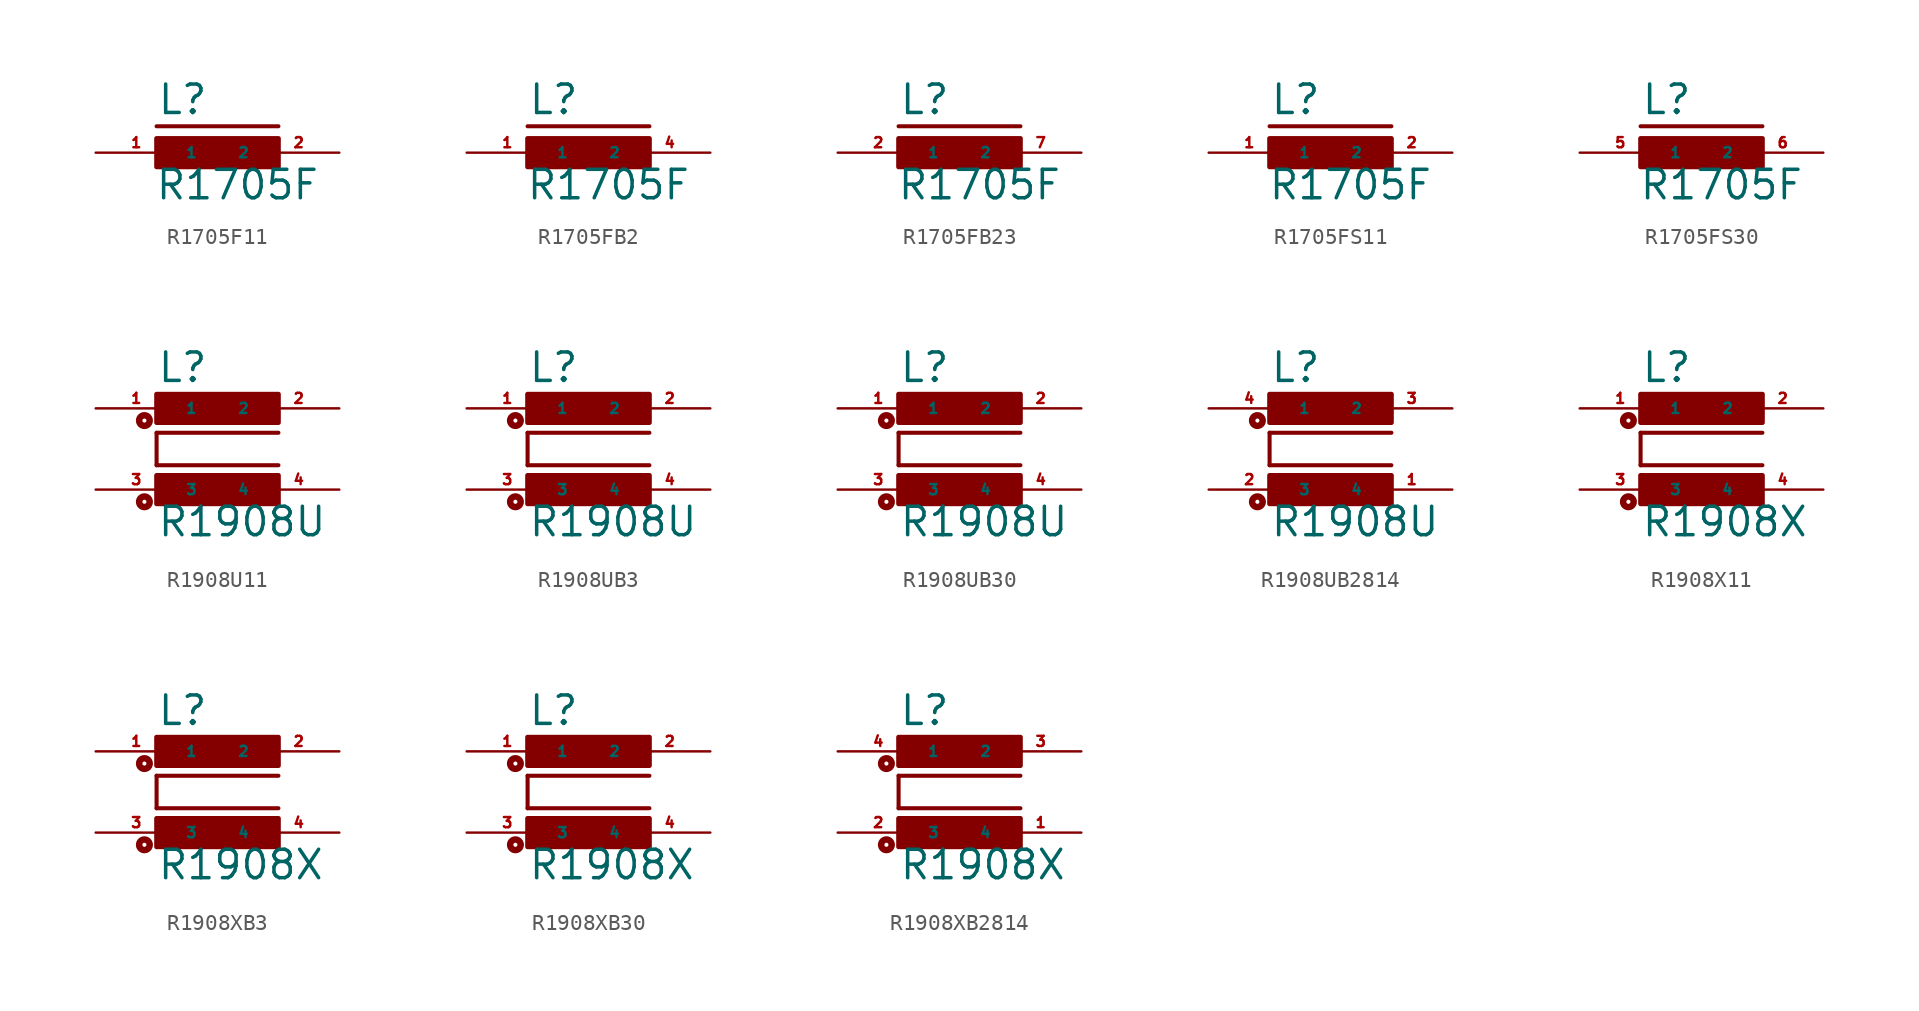
<source format=kicad_sym>
(kicad_symbol_lib
  (version 20220914)
  (generator Eagle2Kicad)
  (symbol "R1705F11"
    (property "Reference" "L"
      (at -3.81 2.286 0)
      (effects (font (size 1.778 1.778) (thickness 0.22)) (justify left bottom)))
    (property "Value" "R1705F"
      (at -3.937 -3.048 0)
      (effects (font (size 1.778 1.778) (thickness 0.22)) (justify left bottom)))
    (polyline
      (pts (xy -3.81 1.651) (xy 3.81 1.651))
      (stroke (width 0.254) (type default))
      (fill (type none)))
    (rectangle
      (start -3.81 -0.889)
      (end 3.81 0.889)
      (stroke (width 0.3) (type default))
      (fill (type outline)))
    (pin passive line
      (at 7.62 0 180)
      (length 5.08)
      (name "2" (effects (font (size 0.635 0.635) (thickness 0.08)) (justify left bottom)))
      (number "2" (effects (font (size 0.635 0.635) (thickness 0.08)) (justify left bottom))))
    (pin passive line
      (at -7.62 0 0)
      (length 5.08)
      (name "1" (effects (font (size 0.635 0.635) (thickness 0.08)) (justify left bottom)))
      (number "1" (effects (font (size 0.635 0.635) (thickness 0.08)) (justify left bottom)))))
  (symbol "R1705FB2"
    (property "Reference" "L"
      (at -3.81 2.286 0)
      (effects (font (size 1.778 1.778) (thickness 0.22)) (justify left bottom)))
    (property "Value" "R1705F"
      (at -3.937 -3.048 0)
      (effects (font (size 1.778 1.778) (thickness 0.22)) (justify left bottom)))
    (polyline
      (pts (xy -3.81 1.651) (xy 3.81 1.651))
      (stroke (width 0.254) (type default))
      (fill (type none)))
    (rectangle
      (start -3.81 -0.889)
      (end 3.81 0.889)
      (stroke (width 0.3) (type default))
      (fill (type outline)))
    (pin passive line
      (at 7.62 0 180)
      (length 5.08)
      (name "2" (effects (font (size 0.635 0.635) (thickness 0.08)) (justify left bottom)))
      (number "4" (effects (font (size 0.635 0.635) (thickness 0.08)) (justify left bottom))))
    (pin passive line
      (at -7.62 0 0)
      (length 5.08)
      (name "1" (effects (font (size 0.635 0.635) (thickness 0.08)) (justify left bottom)))
      (number "1" (effects (font (size 0.635 0.635) (thickness 0.08)) (justify left bottom)))))
  (symbol "R1705FB23"
    (property "Reference" "L"
      (at -3.81 2.286 0)
      (effects (font (size 1.778 1.778) (thickness 0.22)) (justify left bottom)))
    (property "Value" "R1705F"
      (at -3.937 -3.048 0)
      (effects (font (size 1.778 1.778) (thickness 0.22)) (justify left bottom)))
    (polyline
      (pts (xy -3.81 1.651) (xy 3.81 1.651))
      (stroke (width 0.254) (type default))
      (fill (type none)))
    (rectangle
      (start -3.81 -0.889)
      (end 3.81 0.889)
      (stroke (width 0.3) (type default))
      (fill (type outline)))
    (pin passive line
      (at 7.62 0 180)
      (length 5.08)
      (name "2" (effects (font (size 0.635 0.635) (thickness 0.08)) (justify left bottom)))
      (number "7" (effects (font (size 0.635 0.635) (thickness 0.08)) (justify left bottom))))
    (pin passive line
      (at -7.62 0 0)
      (length 5.08)
      (name "1" (effects (font (size 0.635 0.635) (thickness 0.08)) (justify left bottom)))
      (number "2" (effects (font (size 0.635 0.635) (thickness 0.08)) (justify left bottom)))))
  (symbol "R1705FS11"
    (property "Reference" "L"
      (at -3.81 2.286 0)
      (effects (font (size 1.778 1.778) (thickness 0.22)) (justify left bottom)))
    (property "Value" "R1705F"
      (at -3.937 -3.048 0)
      (effects (font (size 1.778 1.778) (thickness 0.22)) (justify left bottom)))
    (polyline
      (pts (xy -3.81 1.651) (xy 3.81 1.651))
      (stroke (width 0.254) (type default))
      (fill (type none)))
    (rectangle
      (start -3.81 -0.889)
      (end 3.81 0.889)
      (stroke (width 0.3) (type default))
      (fill (type outline)))
    (pin passive line
      (at 7.62 0 180)
      (length 5.08)
      (name "2" (effects (font (size 0.635 0.635) (thickness 0.08)) (justify left bottom)))
      (number "2" (effects (font (size 0.635 0.635) (thickness 0.08)) (justify left bottom))))
    (pin passive line
      (at -7.62 0 0)
      (length 5.08)
      (name "1" (effects (font (size 0.635 0.635) (thickness 0.08)) (justify left bottom)))
      (number "1" (effects (font (size 0.635 0.635) (thickness 0.08)) (justify left bottom)))))
  (symbol "R1705FS30"
    (property "Reference" "L"
      (at -3.81 2.286 0)
      (effects (font (size 1.778 1.778) (thickness 0.22)) (justify left bottom)))
    (property "Value" "R1705F"
      (at -3.937 -3.048 0)
      (effects (font (size 1.778 1.778) (thickness 0.22)) (justify left bottom)))
    (polyline
      (pts (xy -3.81 1.651) (xy 3.81 1.651))
      (stroke (width 0.254) (type default))
      (fill (type none)))
    (rectangle
      (start -3.81 -0.889)
      (end 3.81 0.889)
      (stroke (width 0.3) (type default))
      (fill (type outline)))
    (pin passive line
      (at 7.62 0 180)
      (length 5.08)
      (name "2" (effects (font (size 0.635 0.635) (thickness 0.08)) (justify left bottom)))
      (number "6" (effects (font (size 0.635 0.635) (thickness 0.08)) (justify left bottom))))
    (pin passive line
      (at -7.62 0 0)
      (length 5.08)
      (name "1" (effects (font (size 0.635 0.635) (thickness 0.08)) (justify left bottom)))
      (number "5" (effects (font (size 0.635 0.635) (thickness 0.08)) (justify left bottom)))))
  (symbol "R1908U11"
    (property "Reference" "L"
      (at -3.81 4.064 0)
      (effects (font (size 1.778 1.778) (thickness 0.22)) (justify left bottom)))
    (property "Value" "R1908U"
      (at -3.81 -5.588 0)
      (effects (font (size 1.778 1.778) (thickness 0.22)) (justify left bottom)))
    (polyline
      (pts (xy 3.81 1.016) (xy -3.81 1.016))
      (stroke (width 0.254) (type default))
      (fill (type none)))
    (polyline
      (pts (xy -3.81 -1.016) (xy -3.81 1.016))
      (stroke (width 0.254) (type default))
      (fill (type none)))
    (polyline
      (pts (xy -3.81 -1.016) (xy 3.81 -1.016))
      (stroke (width 0.254) (type default))
      (fill (type none)))
    (circle
      (center -4.572 -3.302)
      (radius 0.127)
      (stroke (width 0.406) (type default))
      (fill (type none)))
    (circle
      (center -4.572 1.778)
      (radius 0.127)
      (stroke (width 0.406) (type default))
      (fill (type none)))
    (rectangle
      (start -3.81 1.651)
      (end 3.81 3.429)
      (stroke (width 0.3) (type default))
      (fill (type outline)))
    (rectangle
      (start -3.81 -3.429)
      (end 3.81 -1.651)
      (stroke (width 0.3) (type default))
      (fill (type outline)))
    (pin passive line
      (at 7.62 2.54 180)
      (length 5.08)
      (name "2" (effects (font (size 0.635 0.635) (thickness 0.08)) (justify left bottom)))
      (number "2" (effects (font (size 0.635 0.635) (thickness 0.08)) (justify left bottom))))
    (pin passive line
      (at -7.62 2.54 0)
      (length 5.08)
      (name "1" (effects (font (size 0.635 0.635) (thickness 0.08)) (justify left bottom)))
      (number "1" (effects (font (size 0.635 0.635) (thickness 0.08)) (justify left bottom))))
    (pin passive line
      (at -7.62 -2.54 0)
      (length 5.08)
      (name "3" (effects (font (size 0.635 0.635) (thickness 0.08)) (justify left bottom)))
      (number "3" (effects (font (size 0.635 0.635) (thickness 0.08)) (justify left bottom))))
    (pin passive line
      (at 7.62 -2.54 180)
      (length 5.08)
      (name "4" (effects (font (size 0.635 0.635) (thickness 0.08)) (justify left bottom)))
      (number "4" (effects (font (size 0.635 0.635) (thickness 0.08)) (justify left bottom)))))
  (symbol "R1908UB3"
    (property "Reference" "L"
      (at -3.81 4.064 0)
      (effects (font (size 1.778 1.778) (thickness 0.22)) (justify left bottom)))
    (property "Value" "R1908U"
      (at -3.81 -5.588 0)
      (effects (font (size 1.778 1.778) (thickness 0.22)) (justify left bottom)))
    (polyline
      (pts (xy 3.81 1.016) (xy -3.81 1.016))
      (stroke (width 0.254) (type default))
      (fill (type none)))
    (polyline
      (pts (xy -3.81 -1.016) (xy -3.81 1.016))
      (stroke (width 0.254) (type default))
      (fill (type none)))
    (polyline
      (pts (xy -3.81 -1.016) (xy 3.81 -1.016))
      (stroke (width 0.254) (type default))
      (fill (type none)))
    (circle
      (center -4.572 -3.302)
      (radius 0.127)
      (stroke (width 0.406) (type default))
      (fill (type none)))
    (circle
      (center -4.572 1.778)
      (radius 0.127)
      (stroke (width 0.406) (type default))
      (fill (type none)))
    (rectangle
      (start -3.81 1.651)
      (end 3.81 3.429)
      (stroke (width 0.3) (type default))
      (fill (type outline)))
    (rectangle
      (start -3.81 -3.429)
      (end 3.81 -1.651)
      (stroke (width 0.3) (type default))
      (fill (type outline)))
    (pin passive line
      (at 7.62 2.54 180)
      (length 5.08)
      (name "2" (effects (font (size 0.635 0.635) (thickness 0.08)) (justify left bottom)))
      (number "2" (effects (font (size 0.635 0.635) (thickness 0.08)) (justify left bottom))))
    (pin passive line
      (at -7.62 2.54 0)
      (length 5.08)
      (name "1" (effects (font (size 0.635 0.635) (thickness 0.08)) (justify left bottom)))
      (number "1" (effects (font (size 0.635 0.635) (thickness 0.08)) (justify left bottom))))
    (pin passive line
      (at -7.62 -2.54 0)
      (length 5.08)
      (name "3" (effects (font (size 0.635 0.635) (thickness 0.08)) (justify left bottom)))
      (number "3" (effects (font (size 0.635 0.635) (thickness 0.08)) (justify left bottom))))
    (pin passive line
      (at 7.62 -2.54 180)
      (length 5.08)
      (name "4" (effects (font (size 0.635 0.635) (thickness 0.08)) (justify left bottom)))
      (number "4" (effects (font (size 0.635 0.635) (thickness 0.08)) (justify left bottom)))))
  (symbol "R1908UB30"
    (property "Reference" "L"
      (at -3.81 4.064 0)
      (effects (font (size 1.778 1.778) (thickness 0.22)) (justify left bottom)))
    (property "Value" "R1908U"
      (at -3.81 -5.588 0)
      (effects (font (size 1.778 1.778) (thickness 0.22)) (justify left bottom)))
    (polyline
      (pts (xy 3.81 1.016) (xy -3.81 1.016))
      (stroke (width 0.254) (type default))
      (fill (type none)))
    (polyline
      (pts (xy -3.81 -1.016) (xy -3.81 1.016))
      (stroke (width 0.254) (type default))
      (fill (type none)))
    (polyline
      (pts (xy -3.81 -1.016) (xy 3.81 -1.016))
      (stroke (width 0.254) (type default))
      (fill (type none)))
    (circle
      (center -4.572 -3.302)
      (radius 0.127)
      (stroke (width 0.406) (type default))
      (fill (type none)))
    (circle
      (center -4.572 1.778)
      (radius 0.127)
      (stroke (width 0.406) (type default))
      (fill (type none)))
    (rectangle
      (start -3.81 1.651)
      (end 3.81 3.429)
      (stroke (width 0.3) (type default))
      (fill (type outline)))
    (rectangle
      (start -3.81 -3.429)
      (end 3.81 -1.651)
      (stroke (width 0.3) (type default))
      (fill (type outline)))
    (pin passive line
      (at 7.62 2.54 180)
      (length 5.08)
      (name "2" (effects (font (size 0.635 0.635) (thickness 0.08)) (justify left bottom)))
      (number "2" (effects (font (size 0.635 0.635) (thickness 0.08)) (justify left bottom))))
    (pin passive line
      (at -7.62 2.54 0)
      (length 5.08)
      (name "1" (effects (font (size 0.635 0.635) (thickness 0.08)) (justify left bottom)))
      (number "1" (effects (font (size 0.635 0.635) (thickness 0.08)) (justify left bottom))))
    (pin passive line
      (at -7.62 -2.54 0)
      (length 5.08)
      (name "3" (effects (font (size 0.635 0.635) (thickness 0.08)) (justify left bottom)))
      (number "3" (effects (font (size 0.635 0.635) (thickness 0.08)) (justify left bottom))))
    (pin passive line
      (at 7.62 -2.54 180)
      (length 5.08)
      (name "4" (effects (font (size 0.635 0.635) (thickness 0.08)) (justify left bottom)))
      (number "4" (effects (font (size 0.635 0.635) (thickness 0.08)) (justify left bottom)))))
  (symbol "R1908UB2814"
    (property "Reference" "L"
      (at -3.81 4.064 0)
      (effects (font (size 1.778 1.778) (thickness 0.22)) (justify left bottom)))
    (property "Value" "R1908U"
      (at -3.81 -5.588 0)
      (effects (font (size 1.778 1.778) (thickness 0.22)) (justify left bottom)))
    (polyline
      (pts (xy 3.81 1.016) (xy -3.81 1.016))
      (stroke (width 0.254) (type default))
      (fill (type none)))
    (polyline
      (pts (xy -3.81 -1.016) (xy -3.81 1.016))
      (stroke (width 0.254) (type default))
      (fill (type none)))
    (polyline
      (pts (xy -3.81 -1.016) (xy 3.81 -1.016))
      (stroke (width 0.254) (type default))
      (fill (type none)))
    (circle
      (center -4.572 -3.302)
      (radius 0.127)
      (stroke (width 0.406) (type default))
      (fill (type none)))
    (circle
      (center -4.572 1.778)
      (radius 0.127)
      (stroke (width 0.406) (type default))
      (fill (type none)))
    (rectangle
      (start -3.81 1.651)
      (end 3.81 3.429)
      (stroke (width 0.3) (type default))
      (fill (type outline)))
    (rectangle
      (start -3.81 -3.429)
      (end 3.81 -1.651)
      (stroke (width 0.3) (type default))
      (fill (type outline)))
    (pin passive line
      (at 7.62 2.54 180)
      (length 5.08)
      (name "2" (effects (font (size 0.635 0.635) (thickness 0.08)) (justify left bottom)))
      (number "3" (effects (font (size 0.635 0.635) (thickness 0.08)) (justify left bottom))))
    (pin passive line
      (at -7.62 2.54 0)
      (length 5.08)
      (name "1" (effects (font (size 0.635 0.635) (thickness 0.08)) (justify left bottom)))
      (number "4" (effects (font (size 0.635 0.635) (thickness 0.08)) (justify left bottom))))
    (pin passive line
      (at -7.62 -2.54 0)
      (length 5.08)
      (name "3" (effects (font (size 0.635 0.635) (thickness 0.08)) (justify left bottom)))
      (number "2" (effects (font (size 0.635 0.635) (thickness 0.08)) (justify left bottom))))
    (pin passive line
      (at 7.62 -2.54 180)
      (length 5.08)
      (name "4" (effects (font (size 0.635 0.635) (thickness 0.08)) (justify left bottom)))
      (number "1" (effects (font (size 0.635 0.635) (thickness 0.08)) (justify left bottom)))))
  (symbol "R1908X11"
    (property "Reference" "L"
      (at -3.81 4.064 0)
      (effects (font (size 1.778 1.778) (thickness 0.22)) (justify left bottom)))
    (property "Value" "R1908X"
      (at -3.81 -5.588 0)
      (effects (font (size 1.778 1.778) (thickness 0.22)) (justify left bottom)))
    (polyline
      (pts (xy 3.81 1.016) (xy -3.81 1.016))
      (stroke (width 0.254) (type default))
      (fill (type none)))
    (polyline
      (pts (xy -3.81 -1.016) (xy -3.81 1.016))
      (stroke (width 0.254) (type default))
      (fill (type none)))
    (polyline
      (pts (xy -3.81 -1.016) (xy 3.81 -1.016))
      (stroke (width 0.254) (type default))
      (fill (type none)))
    (circle
      (center -4.572 -3.302)
      (radius 0.127)
      (stroke (width 0.406) (type default))
      (fill (type none)))
    (circle
      (center -4.572 1.778)
      (radius 0.127)
      (stroke (width 0.406) (type default))
      (fill (type none)))
    (rectangle
      (start -3.81 1.651)
      (end 3.81 3.429)
      (stroke (width 0.3) (type default))
      (fill (type outline)))
    (rectangle
      (start -3.81 -3.429)
      (end 3.81 -1.651)
      (stroke (width 0.3) (type default))
      (fill (type outline)))
    (pin passive line
      (at 7.62 2.54 180)
      (length 5.08)
      (name "2" (effects (font (size 0.635 0.635) (thickness 0.08)) (justify left bottom)))
      (number "2" (effects (font (size 0.635 0.635) (thickness 0.08)) (justify left bottom))))
    (pin passive line
      (at -7.62 2.54 0)
      (length 5.08)
      (name "1" (effects (font (size 0.635 0.635) (thickness 0.08)) (justify left bottom)))
      (number "1" (effects (font (size 0.635 0.635) (thickness 0.08)) (justify left bottom))))
    (pin passive line
      (at -7.62 -2.54 0)
      (length 5.08)
      (name "3" (effects (font (size 0.635 0.635) (thickness 0.08)) (justify left bottom)))
      (number "3" (effects (font (size 0.635 0.635) (thickness 0.08)) (justify left bottom))))
    (pin passive line
      (at 7.62 -2.54 180)
      (length 5.08)
      (name "4" (effects (font (size 0.635 0.635) (thickness 0.08)) (justify left bottom)))
      (number "4" (effects (font (size 0.635 0.635) (thickness 0.08)) (justify left bottom)))))
  (symbol "R1908XB3"
    (property "Reference" "L"
      (at -3.81 4.064 0)
      (effects (font (size 1.778 1.778) (thickness 0.22)) (justify left bottom)))
    (property "Value" "R1908X"
      (at -3.81 -5.588 0)
      (effects (font (size 1.778 1.778) (thickness 0.22)) (justify left bottom)))
    (polyline
      (pts (xy 3.81 1.016) (xy -3.81 1.016))
      (stroke (width 0.254) (type default))
      (fill (type none)))
    (polyline
      (pts (xy -3.81 -1.016) (xy -3.81 1.016))
      (stroke (width 0.254) (type default))
      (fill (type none)))
    (polyline
      (pts (xy -3.81 -1.016) (xy 3.81 -1.016))
      (stroke (width 0.254) (type default))
      (fill (type none)))
    (circle
      (center -4.572 -3.302)
      (radius 0.127)
      (stroke (width 0.406) (type default))
      (fill (type none)))
    (circle
      (center -4.572 1.778)
      (radius 0.127)
      (stroke (width 0.406) (type default))
      (fill (type none)))
    (rectangle
      (start -3.81 1.651)
      (end 3.81 3.429)
      (stroke (width 0.3) (type default))
      (fill (type outline)))
    (rectangle
      (start -3.81 -3.429)
      (end 3.81 -1.651)
      (stroke (width 0.3) (type default))
      (fill (type outline)))
    (pin passive line
      (at 7.62 2.54 180)
      (length 5.08)
      (name "2" (effects (font (size 0.635 0.635) (thickness 0.08)) (justify left bottom)))
      (number "2" (effects (font (size 0.635 0.635) (thickness 0.08)) (justify left bottom))))
    (pin passive line
      (at -7.62 2.54 0)
      (length 5.08)
      (name "1" (effects (font (size 0.635 0.635) (thickness 0.08)) (justify left bottom)))
      (number "1" (effects (font (size 0.635 0.635) (thickness 0.08)) (justify left bottom))))
    (pin passive line
      (at -7.62 -2.54 0)
      (length 5.08)
      (name "3" (effects (font (size 0.635 0.635) (thickness 0.08)) (justify left bottom)))
      (number "3" (effects (font (size 0.635 0.635) (thickness 0.08)) (justify left bottom))))
    (pin passive line
      (at 7.62 -2.54 180)
      (length 5.08)
      (name "4" (effects (font (size 0.635 0.635) (thickness 0.08)) (justify left bottom)))
      (number "4" (effects (font (size 0.635 0.635) (thickness 0.08)) (justify left bottom)))))
  (symbol "R1908XB30"
    (property "Reference" "L"
      (at -3.81 4.064 0)
      (effects (font (size 1.778 1.778) (thickness 0.22)) (justify left bottom)))
    (property "Value" "R1908X"
      (at -3.81 -5.588 0)
      (effects (font (size 1.778 1.778) (thickness 0.22)) (justify left bottom)))
    (polyline
      (pts (xy 3.81 1.016) (xy -3.81 1.016))
      (stroke (width 0.254) (type default))
      (fill (type none)))
    (polyline
      (pts (xy -3.81 -1.016) (xy -3.81 1.016))
      (stroke (width 0.254) (type default))
      (fill (type none)))
    (polyline
      (pts (xy -3.81 -1.016) (xy 3.81 -1.016))
      (stroke (width 0.254) (type default))
      (fill (type none)))
    (circle
      (center -4.572 -3.302)
      (radius 0.127)
      (stroke (width 0.406) (type default))
      (fill (type none)))
    (circle
      (center -4.572 1.778)
      (radius 0.127)
      (stroke (width 0.406) (type default))
      (fill (type none)))
    (rectangle
      (start -3.81 1.651)
      (end 3.81 3.429)
      (stroke (width 0.3) (type default))
      (fill (type outline)))
    (rectangle
      (start -3.81 -3.429)
      (end 3.81 -1.651)
      (stroke (width 0.3) (type default))
      (fill (type outline)))
    (pin passive line
      (at 7.62 2.54 180)
      (length 5.08)
      (name "2" (effects (font (size 0.635 0.635) (thickness 0.08)) (justify left bottom)))
      (number "2" (effects (font (size 0.635 0.635) (thickness 0.08)) (justify left bottom))))
    (pin passive line
      (at -7.62 2.54 0)
      (length 5.08)
      (name "1" (effects (font (size 0.635 0.635) (thickness 0.08)) (justify left bottom)))
      (number "1" (effects (font (size 0.635 0.635) (thickness 0.08)) (justify left bottom))))
    (pin passive line
      (at -7.62 -2.54 0)
      (length 5.08)
      (name "3" (effects (font (size 0.635 0.635) (thickness 0.08)) (justify left bottom)))
      (number "3" (effects (font (size 0.635 0.635) (thickness 0.08)) (justify left bottom))))
    (pin passive line
      (at 7.62 -2.54 180)
      (length 5.08)
      (name "4" (effects (font (size 0.635 0.635) (thickness 0.08)) (justify left bottom)))
      (number "4" (effects (font (size 0.635 0.635) (thickness 0.08)) (justify left bottom)))))
  (symbol "R1908XB2814"
    (property "Reference" "L"
      (at -3.81 4.064 0)
      (effects (font (size 1.778 1.778) (thickness 0.22)) (justify left bottom)))
    (property "Value" "R1908X"
      (at -3.81 -5.588 0)
      (effects (font (size 1.778 1.778) (thickness 0.22)) (justify left bottom)))
    (polyline
      (pts (xy 3.81 1.016) (xy -3.81 1.016))
      (stroke (width 0.254) (type default))
      (fill (type none)))
    (polyline
      (pts (xy -3.81 -1.016) (xy -3.81 1.016))
      (stroke (width 0.254) (type default))
      (fill (type none)))
    (polyline
      (pts (xy -3.81 -1.016) (xy 3.81 -1.016))
      (stroke (width 0.254) (type default))
      (fill (type none)))
    (circle
      (center -4.572 -3.302)
      (radius 0.127)
      (stroke (width 0.406) (type default))
      (fill (type none)))
    (circle
      (center -4.572 1.778)
      (radius 0.127)
      (stroke (width 0.406) (type default))
      (fill (type none)))
    (rectangle
      (start -3.81 1.651)
      (end 3.81 3.429)
      (stroke (width 0.3) (type default))
      (fill (type outline)))
    (rectangle
      (start -3.81 -3.429)
      (end 3.81 -1.651)
      (stroke (width 0.3) (type default))
      (fill (type outline)))
    (pin passive line
      (at 7.62 2.54 180)
      (length 5.08)
      (name "2" (effects (font (size 0.635 0.635) (thickness 0.08)) (justify left bottom)))
      (number "3" (effects (font (size 0.635 0.635) (thickness 0.08)) (justify left bottom))))
    (pin passive line
      (at -7.62 2.54 0)
      (length 5.08)
      (name "1" (effects (font (size 0.635 0.635) (thickness 0.08)) (justify left bottom)))
      (number "4" (effects (font (size 0.635 0.635) (thickness 0.08)) (justify left bottom))))
    (pin passive line
      (at -7.62 -2.54 0)
      (length 5.08)
      (name "3" (effects (font (size 0.635 0.635) (thickness 0.08)) (justify left bottom)))
      (number "2" (effects (font (size 0.635 0.635) (thickness 0.08)) (justify left bottom))))
    (pin passive line
      (at 7.62 -2.54 180)
      (length 5.08)
      (name "4" (effects (font (size 0.635 0.635) (thickness 0.08)) (justify left bottom)))
      (number "1" (effects (font (size 0.635 0.635) (thickness 0.08)) (justify left bottom))))))
</source>
